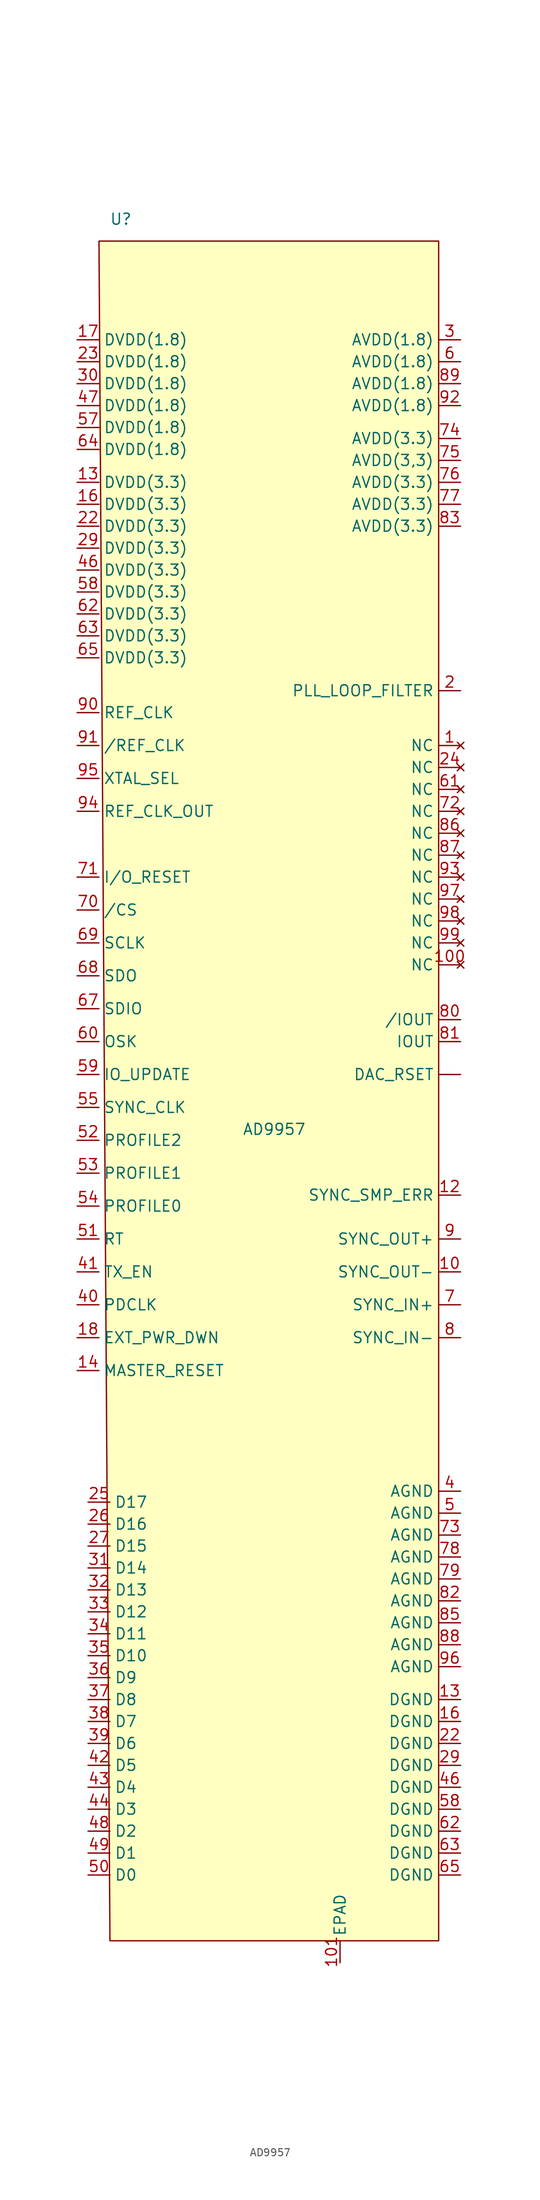
<source format=kicad_sym>
(kicad_symbol_lib
  (version 20220914)
  (generator kicad_symbol_editor)
  (symbol "AD9957"
    (property "Reference" "U"
      (at -20.32 101.6 0)
      (effects (font (size 1.27 1.27))))
    (property "Value" "AD9957"
      (at -2.54 -3.81 0)
      (effects (font (size 1.27 1.27))))
    (symbol "AD9957_1_1"
      (polyline (pts (xy -22.86 99.06) (xy -21.59 -97.79) (xy 16.51 -97.79) (xy 16.51 99.06) (xy -22.86 99.06)) (stroke (width 0) (type default)) (fill (type background)))
      (pin input line (at 19.05 2.54 180) (length 2.54) (name "DAC_RSET" (effects (font (size 1.27 1.27)))) (number "" (effects (font (size 1.27 1.27)))))
      (pin no_connect line (at 19.05 40.64 180) (length 2.54) (name "NC" (effects (font (size 1.27 1.27)))) (number "1" (effects (font (size 1.27 1.27)))))
      (pin output line (at 19.05 -20.32 180) (length 2.54) (name "SYNC_OUT-" (effects (font (size 1.27 1.27)))) (number "10" (effects (font (size 1.27 1.27)))))
      (pin no_connect line (at 19.05 15.24 180) (length 2.54) (name "NC" (effects (font (size 1.27 1.27)))) (number "100" (effects (font (size 1.27 1.27)))))
      (pin input line (at 5.08 -100.33 90) (length 2.54) (name "EPAD" (effects (font (size 1.27 1.27)))) (number "101" (effects (font (size 1.27 1.27)))))
      (pin output line (at 19.05 -11.43 180) (length 2.54) (name "SYNC_SMP_ERR" (effects (font (size 1.27 1.27)))) (number "12" (effects (font (size 1.27 1.27)))))
      (pin power_in line (at 19.05 -69.85 180) (length 2.54) (name "DGND" (effects (font (size 1.27 1.27)))) (number "13" (effects (font (size 1.27 1.27)))))
      (pin power_in line (at -25.4 71.12 0) (length 2.54) (name "DVDD(3.3)" (effects (font (size 1.27 1.27)))) (number "13" (effects (font (size 1.27 1.27)))))
      (pin input line (at -25.4 -31.75 0) (length 2.54) (name "MASTER_RESET" (effects (font (size 1.27 1.27)))) (number "14" (effects (font (size 1.27 1.27)))))
      (pin power_in line (at 19.05 -72.39 180) (length 2.54) (name "DGND" (effects (font (size 1.27 1.27)))) (number "16" (effects (font (size 1.27 1.27)))))
      (pin power_in line (at -25.4 68.58 0) (length 2.54) (name "DVDD(3.3)" (effects (font (size 1.27 1.27)))) (number "16" (effects (font (size 1.27 1.27)))))
      (pin power_in line (at -25.4 87.63 0) (length 2.54) (name "DVDD(1.8)" (effects (font (size 1.27 1.27)))) (number "17" (effects (font (size 1.27 1.27)))))
      (pin input line (at -25.4 -27.94 0) (length 2.54) (name "EXT_PWR_DWN" (effects (font (size 1.27 1.27)))) (number "18" (effects (font (size 1.27 1.27)))))
      (pin passive line (at 19.05 46.99 180) (length 2.54) (name "PLL_LOOP_FILTER" (effects (font (size 1.27 1.27)))) (number "2" (effects (font (size 1.27 1.27)))))
      (pin power_in line (at 19.05 -74.93 180) (length 2.54) (name "DGND" (effects (font (size 1.27 1.27)))) (number "22" (effects (font (size 1.27 1.27)))))
      (pin power_in line (at -25.4 66.04 0) (length 2.54) (name "DVDD(3.3)" (effects (font (size 1.27 1.27)))) (number "22" (effects (font (size 1.27 1.27)))))
      (pin power_in line (at -25.4 85.09 0) (length 2.54) (name "DVDD(1.8)" (effects (font (size 1.27 1.27)))) (number "23" (effects (font (size 1.27 1.27)))))
      (pin no_connect line (at 19.05 38.1 180) (length 2.54) (name "NC" (effects (font (size 1.27 1.27)))) (number "24" (effects (font (size 1.27 1.27)))))
      (pin input line (at -24.13 -46.99 0) (length 2.54) (name "D17" (effects (font (size 1.27 1.27)))) (number "25" (effects (font (size 1.27 1.27)))))
      (pin input line (at -24.13 -49.53 0) (length 2.54) (name "D16" (effects (font (size 1.27 1.27)))) (number "26" (effects (font (size 1.27 1.27)))))
      (pin input line (at -24.13 -52.07 0) (length 2.54) (name "D15" (effects (font (size 1.27 1.27)))) (number "27" (effects (font (size 1.27 1.27)))))
      (pin power_in line (at 19.05 -77.47 180) (length 2.54) (name "DGND" (effects (font (size 1.27 1.27)))) (number "29" (effects (font (size 1.27 1.27)))))
      (pin power_in line (at -25.4 63.5 0) (length 2.54) (name "DVDD(3.3)" (effects (font (size 1.27 1.27)))) (number "29" (effects (font (size 1.27 1.27)))))
      (pin power_in line (at 19.05 87.63 180) (length 2.54) (name "AVDD(1.8)" (effects (font (size 1.27 1.27)))) (number "3" (effects (font (size 1.27 1.27)))))
      (pin power_in line (at -25.4 82.55 0) (length 2.54) (name "DVDD(1.8)" (effects (font (size 1.27 1.27)))) (number "30" (effects (font (size 1.27 1.27)))))
      (pin input line (at -24.13 -54.61 0) (length 2.54) (name "D14" (effects (font (size 1.27 1.27)))) (number "31" (effects (font (size 1.27 1.27)))))
      (pin input line (at -24.13 -57.15 0) (length 2.54) (name "D13" (effects (font (size 1.27 1.27)))) (number "32" (effects (font (size 1.27 1.27)))))
      (pin input line (at -24.13 -59.69 0) (length 2.54) (name "D12" (effects (font (size 1.27 1.27)))) (number "33" (effects (font (size 1.27 1.27)))))
      (pin input line (at -24.13 -62.23 0) (length 2.54) (name "D11" (effects (font (size 1.27 1.27)))) (number "34" (effects (font (size 1.27 1.27)))))
      (pin input line (at -24.13 -64.77 0) (length 2.54) (name "D10" (effects (font (size 1.27 1.27)))) (number "35" (effects (font (size 1.27 1.27)))))
      (pin input line (at -24.13 -67.31 0) (length 2.54) (name "D9" (effects (font (size 1.27 1.27)))) (number "36" (effects (font (size 1.27 1.27)))))
      (pin input line (at -24.13 -69.85 0) (length 2.54) (name "D8" (effects (font (size 1.27 1.27)))) (number "37" (effects (font (size 1.27 1.27)))))
      (pin input line (at -24.13 -72.39 0) (length 2.54) (name "D7" (effects (font (size 1.27 1.27)))) (number "38" (effects (font (size 1.27 1.27)))))
      (pin input line (at -24.13 -74.93 0) (length 2.54) (name "D6" (effects (font (size 1.27 1.27)))) (number "39" (effects (font (size 1.27 1.27)))))
      (pin power_in line (at 19.05 -45.72 180) (length 2.54) (name "AGND" (effects (font (size 1.27 1.27)))) (number "4" (effects (font (size 1.27 1.27)))))
      (pin output line (at -25.4 -24.13 0) (length 2.54) (name "PDCLK" (effects (font (size 1.27 1.27)))) (number "40" (effects (font (size 1.27 1.27)))))
      (pin input line (at -25.4 -20.32 0) (length 2.54) (name "TX_EN" (effects (font (size 1.27 1.27)))) (number "41" (effects (font (size 1.27 1.27)))))
      (pin input line (at -24.13 -77.47 0) (length 2.54) (name "D5" (effects (font (size 1.27 1.27)))) (number "42" (effects (font (size 1.27 1.27)))))
      (pin input line (at -24.13 -80.01 0) (length 2.54) (name "D4" (effects (font (size 1.27 1.27)))) (number "43" (effects (font (size 1.27 1.27)))))
      (pin input line (at -24.13 -82.55 0) (length 2.54) (name "D3" (effects (font (size 1.27 1.27)))) (number "44" (effects (font (size 1.27 1.27)))))
      (pin power_in line (at 19.05 -80.01 180) (length 2.54) (name "DGND" (effects (font (size 1.27 1.27)))) (number "46" (effects (font (size 1.27 1.27)))))
      (pin power_in line (at -25.4 60.96 0) (length 2.54) (name "DVDD(3.3)" (effects (font (size 1.27 1.27)))) (number "46" (effects (font (size 1.27 1.27)))))
      (pin power_in line (at -25.4 80.01 0) (length 2.54) (name "DVDD(1.8)" (effects (font (size 1.27 1.27)))) (number "47" (effects (font (size 1.27 1.27)))))
      (pin input line (at -24.13 -85.09 0) (length 2.54) (name "D2" (effects (font (size 1.27 1.27)))) (number "48" (effects (font (size 1.27 1.27)))))
      (pin input line (at -24.13 -87.63 0) (length 2.54) (name "D1" (effects (font (size 1.27 1.27)))) (number "49" (effects (font (size 1.27 1.27)))))
      (pin power_in line (at 19.05 -48.26 180) (length 2.54) (name "AGND" (effects (font (size 1.27 1.27)))) (number "5" (effects (font (size 1.27 1.27)))))
      (pin input line (at -24.13 -90.17 0) (length 2.54) (name "D0" (effects (font (size 1.27 1.27)))) (number "50" (effects (font (size 1.27 1.27)))))
      (pin input line (at -25.4 -16.51 0) (length 2.54) (name "RT" (effects (font (size 1.27 1.27)))) (number "51" (effects (font (size 1.27 1.27)))))
      (pin input line (at -25.4 -5.08 0) (length 2.54) (name "PROFILE2" (effects (font (size 1.27 1.27)))) (number "52" (effects (font (size 1.27 1.27)))))
      (pin input line (at -25.4 -8.89 0) (length 2.54) (name "PROFILE1" (effects (font (size 1.27 1.27)))) (number "53" (effects (font (size 1.27 1.27)))))
      (pin input line (at -25.4 -12.7 0) (length 2.54) (name "PROFILE0" (effects (font (size 1.27 1.27)))) (number "54" (effects (font (size 1.27 1.27)))))
      (pin bidirectional line (at -25.4 -1.27 0) (length 2.54) (name "SYNC_CLK" (effects (font (size 1.27 1.27)))) (number "55" (effects (font (size 1.27 1.27)))))
      (pin power_in line (at -25.4 77.47 0) (length 2.54) (name "DVDD(1.8)" (effects (font (size 1.27 1.27)))) (number "57" (effects (font (size 1.27 1.27)))))
      (pin power_in line (at 19.05 -82.55 180) (length 2.54) (name "DGND" (effects (font (size 1.27 1.27)))) (number "58" (effects (font (size 1.27 1.27)))))
      (pin power_in line (at -25.4 58.42 0) (length 2.54) (name "DVDD(3.3)" (effects (font (size 1.27 1.27)))) (number "58" (effects (font (size 1.27 1.27)))))
      (pin bidirectional line (at -25.4 2.54 0) (length 2.54) (name "IO_UPDATE" (effects (font (size 1.27 1.27)))) (number "59" (effects (font (size 1.27 1.27)))))
      (pin power_in line (at 19.05 85.09 180) (length 2.54) (name "AVDD(1.8)" (effects (font (size 1.27 1.27)))) (number "6" (effects (font (size 1.27 1.27)))))
      (pin input line (at -25.4 6.35 0) (length 2.54) (name "OSK" (effects (font (size 1.27 1.27)))) (number "60" (effects (font (size 1.27 1.27)))))
      (pin no_connect line (at 19.05 35.56 180) (length 2.54) (name "NC" (effects (font (size 1.27 1.27)))) (number "61" (effects (font (size 1.27 1.27)))))
      (pin power_in line (at 19.05 -85.09 180) (length 2.54) (name "DGND" (effects (font (size 1.27 1.27)))) (number "62" (effects (font (size 1.27 1.27)))))
      (pin power_in line (at -25.4 55.88 0) (length 2.54) (name "DVDD(3.3)" (effects (font (size 1.27 1.27)))) (number "62" (effects (font (size 1.27 1.27)))))
      (pin power_in line (at 19.05 -87.63 180) (length 2.54) (name "DGND" (effects (font (size 1.27 1.27)))) (number "63" (effects (font (size 1.27 1.27)))))
      (pin power_in line (at -25.4 53.34 0) (length 2.54) (name "DVDD(3.3)" (effects (font (size 1.27 1.27)))) (number "63" (effects (font (size 1.27 1.27)))))
      (pin power_in line (at -25.4 74.93 0) (length 2.54) (name "DVDD(1.8)" (effects (font (size 1.27 1.27)))) (number "64" (effects (font (size 1.27 1.27)))))
      (pin power_in line (at 19.05 -90.17 180) (length 2.54) (name "DGND" (effects (font (size 1.27 1.27)))) (number "65" (effects (font (size 1.27 1.27)))))
      (pin power_in line (at -25.4 50.8 0) (length 2.54) (name "DVDD(3.3)" (effects (font (size 1.27 1.27)))) (number "65" (effects (font (size 1.27 1.27)))))
      (pin bidirectional line (at -25.4 10.16 0) (length 2.54) (name "SDIO" (effects (font (size 1.27 1.27)))) (number "67" (effects (font (size 1.27 1.27)))))
      (pin output line (at -25.4 13.97 0) (length 2.54) (name "SDO" (effects (font (size 1.27 1.27)))) (number "68" (effects (font (size 1.27 1.27)))))
      (pin input line (at -25.4 17.78 0) (length 2.54) (name "SCLK" (effects (font (size 1.27 1.27)))) (number "69" (effects (font (size 1.27 1.27)))))
      (pin input line (at 19.05 -24.13 180) (length 2.54) (name "SYNC_IN+" (effects (font (size 1.27 1.27)))) (number "7" (effects (font (size 1.27 1.27)))))
      (pin input line (at -25.4 21.59 0) (length 2.54) (name "/CS" (effects (font (size 1.27 1.27)))) (number "70" (effects (font (size 1.27 1.27)))))
      (pin input line (at -25.4 25.4 0) (length 2.54) (name "I/O_RESET" (effects (font (size 1.27 1.27)))) (number "71" (effects (font (size 1.27 1.27)))))
      (pin no_connect line (at 19.05 33.02 180) (length 2.54) (name "NC" (effects (font (size 1.27 1.27)))) (number "72" (effects (font (size 1.27 1.27)))))
      (pin power_in line (at 19.05 -50.8 180) (length 2.54) (name "AGND" (effects (font (size 1.27 1.27)))) (number "73" (effects (font (size 1.27 1.27)))))
      (pin power_in line (at 19.05 76.2 180) (length 2.54) (name "AVDD(3.3)" (effects (font (size 1.27 1.27)))) (number "74" (effects (font (size 1.27 1.27)))))
      (pin power_in line (at 19.05 73.66 180) (length 2.54) (name "AVDD(3,3)" (effects (font (size 1.27 1.27)))) (number "75" (effects (font (size 1.27 1.27)))))
      (pin power_in line (at 19.05 71.12 180) (length 2.54) (name "AVDD(3.3)" (effects (font (size 1.27 1.27)))) (number "76" (effects (font (size 1.27 1.27)))))
      (pin power_in line (at 19.05 68.58 180) (length 2.54) (name "AVDD(3.3)" (effects (font (size 1.27 1.27)))) (number "77" (effects (font (size 1.27 1.27)))))
      (pin power_in line (at 19.05 -53.34 180) (length 2.54) (name "AGND" (effects (font (size 1.27 1.27)))) (number "78" (effects (font (size 1.27 1.27)))))
      (pin power_in line (at 19.05 -55.88 180) (length 2.54) (name "AGND" (effects (font (size 1.27 1.27)))) (number "79" (effects (font (size 1.27 1.27)))))
      (pin input line (at 19.05 -27.94 180) (length 2.54) (name "SYNC_IN-" (effects (font (size 1.27 1.27)))) (number "8" (effects (font (size 1.27 1.27)))))
      (pin output line (at 19.05 8.89 180) (length 2.54) (name "/IOUT" (effects (font (size 1.27 1.27)))) (number "80" (effects (font (size 1.27 1.27)))))
      (pin output line (at 19.05 6.35 180) (length 2.54) (name "IOUT" (effects (font (size 1.27 1.27)))) (number "81" (effects (font (size 1.27 1.27)))))
      (pin power_in line (at 19.05 -58.42 180) (length 2.54) (name "AGND" (effects (font (size 1.27 1.27)))) (number "82" (effects (font (size 1.27 1.27)))))
      (pin power_in line (at 19.05 66.04 180) (length 2.54) (name "AVDD(3.3)" (effects (font (size 1.27 1.27)))) (number "83" (effects (font (size 1.27 1.27)))))
      (pin power_in line (at 19.05 -60.96 180) (length 2.54) (name "AGND" (effects (font (size 1.27 1.27)))) (number "85" (effects (font (size 1.27 1.27)))))
      (pin no_connect line (at 19.05 30.48 180) (length 2.54) (name "NC" (effects (font (size 1.27 1.27)))) (number "86" (effects (font (size 1.27 1.27)))))
      (pin no_connect line (at 19.05 27.94 180) (length 2.54) (name "NC" (effects (font (size 1.27 1.27)))) (number "87" (effects (font (size 1.27 1.27)))))
      (pin power_in line (at 19.05 -63.5 180) (length 2.54) (name "AGND" (effects (font (size 1.27 1.27)))) (number "88" (effects (font (size 1.27 1.27)))))
      (pin power_in line (at 19.05 82.55 180) (length 2.54) (name "AVDD(1.8)" (effects (font (size 1.27 1.27)))) (number "89" (effects (font (size 1.27 1.27)))))
      (pin output line (at 19.05 -16.51 180) (length 2.54) (name "SYNC_OUT+" (effects (font (size 1.27 1.27)))) (number "9" (effects (font (size 1.27 1.27)))))
      (pin input line (at -25.4 44.45 0) (length 2.54) (name "REF_CLK" (effects (font (size 1.27 1.27)))) (number "90" (effects (font (size 1.27 1.27)))))
      (pin input line (at -25.4 40.64 0) (length 2.54) (name "/REF_CLK" (effects (font (size 1.27 1.27)))) (number "91" (effects (font (size 1.27 1.27)))))
      (pin power_in line (at 19.05 80.01 180) (length 2.54) (name "AVDD(1.8)" (effects (font (size 1.27 1.27)))) (number "92" (effects (font (size 1.27 1.27)))))
      (pin no_connect line (at 19.05 25.4 180) (length 2.54) (name "NC" (effects (font (size 1.27 1.27)))) (number "93" (effects (font (size 1.27 1.27)))))
      (pin output line (at -25.4 33.02 0) (length 2.54) (name "REF_CLK_OUT" (effects (font (size 1.27 1.27)))) (number "94" (effects (font (size 1.27 1.27)))))
      (pin input line (at -25.4 36.83 0) (length 2.54) (name "XTAL_SEL" (effects (font (size 1.27 1.27)))) (number "95" (effects (font (size 1.27 1.27)))))
      (pin power_in line (at 19.05 -66.04 180) (length 2.54) (name "AGND" (effects (font (size 1.27 1.27)))) (number "96" (effects (font (size 1.27 1.27)))))
      (pin no_connect line (at 19.05 22.86 180) (length 2.54) (name "NC" (effects (font (size 1.27 1.27)))) (number "97" (effects (font (size 1.27 1.27)))))
      (pin no_connect line (at 19.05 20.32 180) (length 2.54) (name "NC" (effects (font (size 1.27 1.27)))) (number "98" (effects (font (size 1.27 1.27)))))
      (pin no_connect line (at 19.05 17.78 180) (length 2.54) (name "NC" (effects (font (size 1.27 1.27)))) (number "99" (effects (font (size 1.27 1.27))))))))
</source>
